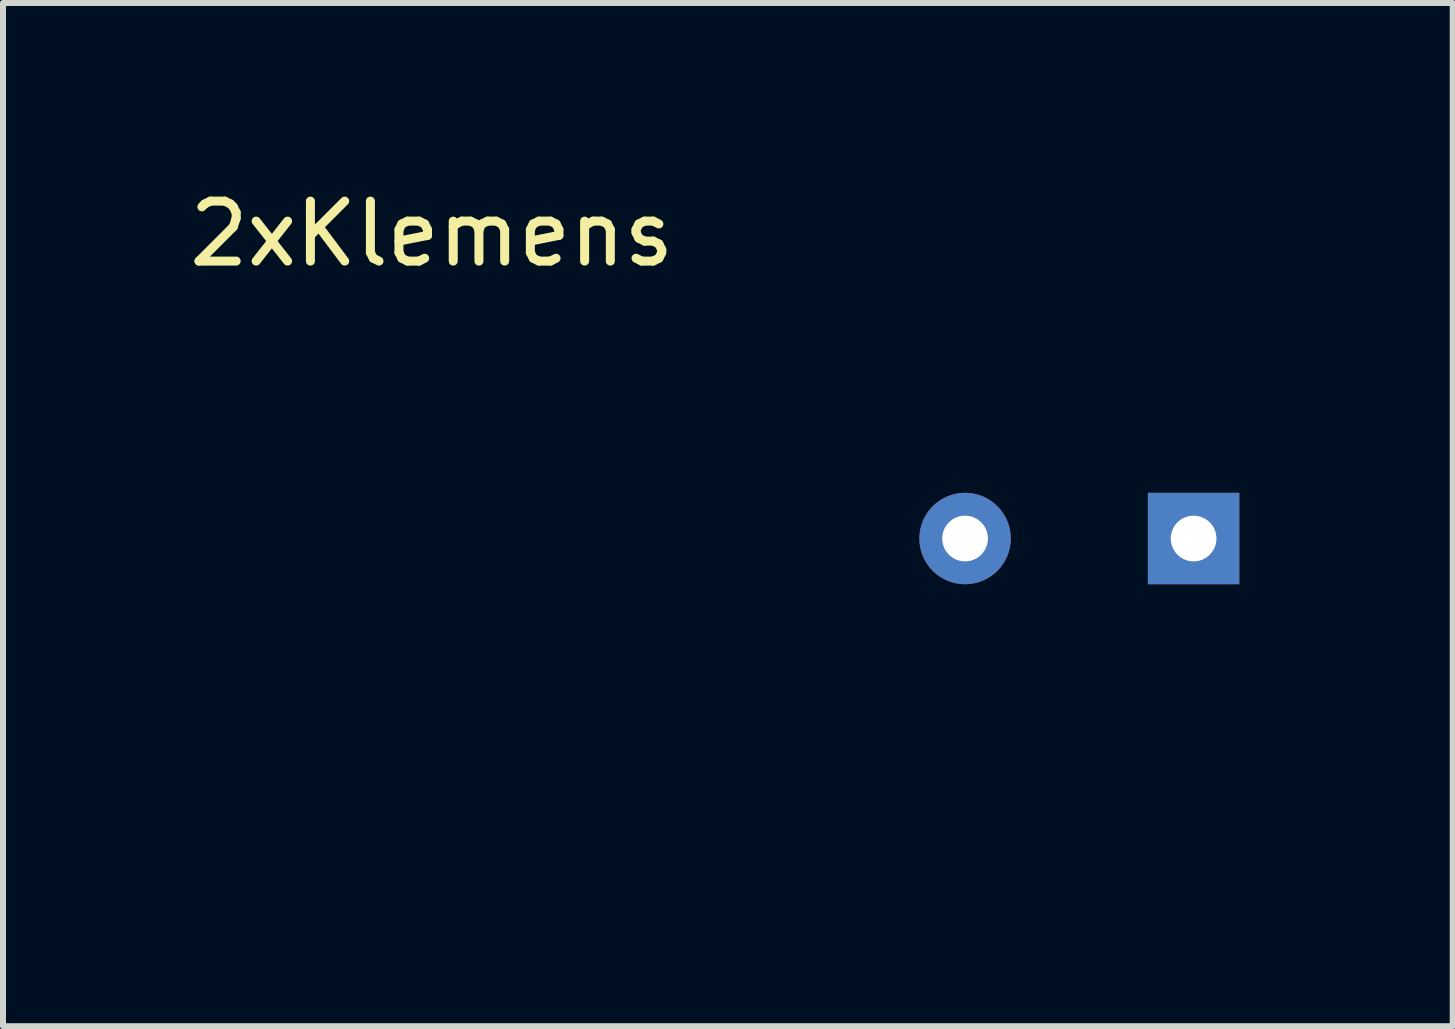
<source format=kicad_pcb>
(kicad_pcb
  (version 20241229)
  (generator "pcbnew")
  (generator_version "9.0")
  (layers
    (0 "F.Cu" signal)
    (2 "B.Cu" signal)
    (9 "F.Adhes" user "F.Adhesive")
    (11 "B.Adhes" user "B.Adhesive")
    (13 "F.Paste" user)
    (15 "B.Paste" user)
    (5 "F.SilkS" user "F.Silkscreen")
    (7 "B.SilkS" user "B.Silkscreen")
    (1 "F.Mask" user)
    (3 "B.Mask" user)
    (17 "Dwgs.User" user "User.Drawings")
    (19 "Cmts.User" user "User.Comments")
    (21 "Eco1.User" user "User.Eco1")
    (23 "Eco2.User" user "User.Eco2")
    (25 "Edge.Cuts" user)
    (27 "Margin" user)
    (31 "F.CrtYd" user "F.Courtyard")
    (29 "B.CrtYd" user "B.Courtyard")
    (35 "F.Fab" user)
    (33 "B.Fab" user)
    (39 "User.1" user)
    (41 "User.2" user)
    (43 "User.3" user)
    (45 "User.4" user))
  (footprint "2xKlemens"
    (layer "F.Cu")
    (at 11.769 4.658)
    (property "Reference" "2xKlemens" (at -7.62 -3.81 0) (layer "F.SilkS") (effects (font (size 1 1) (thickness 0.15))))
    (attr through_hole)
    (fp_poly (pts (xy 6.35 6.35) (xy 0 6.35) (xy 0 0) (xy 6.35 0)) (stroke (width 0.1) (type solid)) (fill no) (layer "Eco1.User"))
    (pad "1" thru_hole circle (at 1.27 1.27) (size 1.524 1.524) (drill 0.762) (layers "*.Cu" "*.Mask"))
    (pad "2" thru_hole rect (at 5.08 1.27) (size 1.524 1.524) (drill 0.762) (layers "*.Cu" "*.Mask")))
  (gr_rect
    (start -3 -3)
    (end 21.169 14.058)
    (stroke (width 0.1) (type default))
    (fill no)
    (layer "Edge.Cuts")))
</source>
